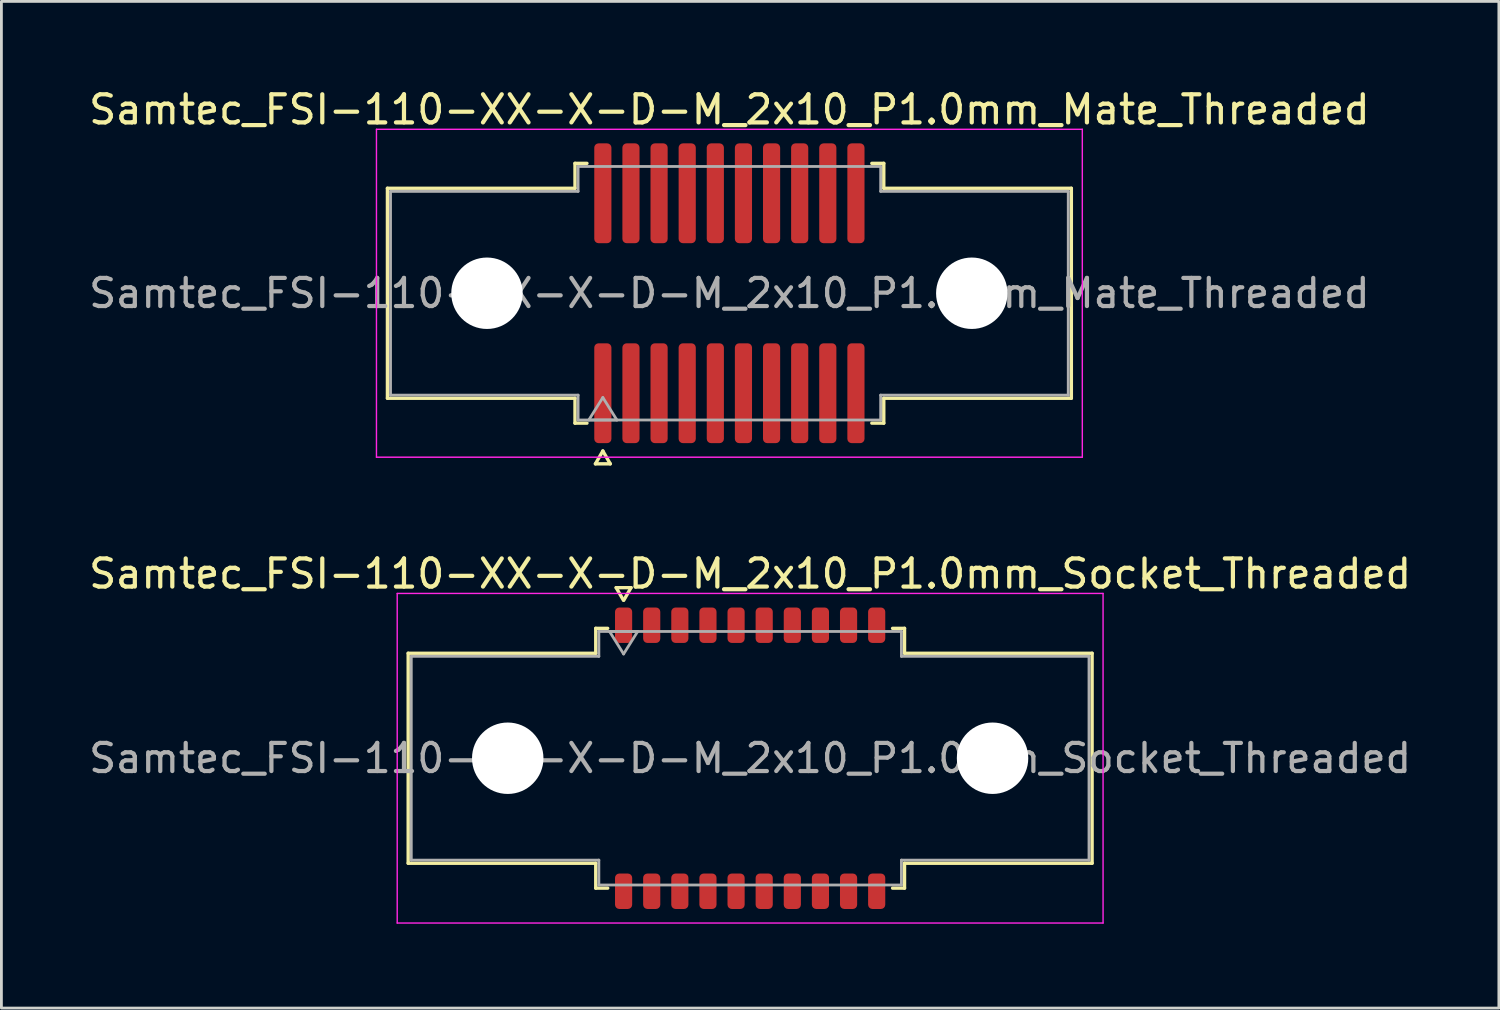
<source format=kicad_pcb>
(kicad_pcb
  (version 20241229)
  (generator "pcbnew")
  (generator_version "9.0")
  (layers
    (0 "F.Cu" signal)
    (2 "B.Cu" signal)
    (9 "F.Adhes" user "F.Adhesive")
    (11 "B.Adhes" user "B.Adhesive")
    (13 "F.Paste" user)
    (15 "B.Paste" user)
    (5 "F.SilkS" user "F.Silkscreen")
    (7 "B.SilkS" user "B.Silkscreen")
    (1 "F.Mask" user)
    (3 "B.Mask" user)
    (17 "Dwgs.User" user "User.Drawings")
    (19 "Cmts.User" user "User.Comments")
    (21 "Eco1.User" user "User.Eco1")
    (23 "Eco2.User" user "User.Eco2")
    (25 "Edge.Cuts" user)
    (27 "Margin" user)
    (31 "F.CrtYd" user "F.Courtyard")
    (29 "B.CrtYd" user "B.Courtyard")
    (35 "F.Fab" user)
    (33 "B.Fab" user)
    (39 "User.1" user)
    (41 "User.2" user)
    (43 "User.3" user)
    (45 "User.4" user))
  (footprint "Samtec_FSI-110-XX-X-D-M_2x10_P1.0mm_Mate_Threaded"
    (layer "F.Cu")
    (at 22.887 7.378)
    (property "Reference" "Samtec_FSI-110-XX-X-D-M_2x10_P1.0mm_Mate_Threaded" (at 0 -6.53 0) (layer "F.SilkS") (effects (font (size 1 1) (thickness 0.15))))
    (attr smd exclude_from_pos_files exclude_from_bom)
    (fp_line (start -12.16 -3.733) (end -5.49 -3.733) (stroke (width 0.12) (type solid)) (layer "F.SilkS"))
    (fp_line (start -12.16 3.733) (end -12.16 -3.733) (stroke (width 0.12) (type solid)) (layer "F.SilkS"))
    (fp_line (start -5.49 -4.619) (end -5.065 -4.619) (stroke (width 0.12) (type solid)) (layer "F.SilkS"))
    (fp_line (start -5.49 -3.733) (end -5.49 -4.619) (stroke (width 0.12) (type solid)) (layer "F.SilkS"))
    (fp_line (start -5.49 3.733) (end -12.16 3.733) (stroke (width 0.12) (type solid)) (layer "F.SilkS"))
    (fp_line (start -5.49 4.619) (end -5.49 3.733) (stroke (width 0.12) (type solid)) (layer "F.SilkS"))
    (fp_line (start -5.065 4.619) (end -5.49 4.619) (stroke (width 0.12) (type solid)) (layer "F.SilkS"))
    (fp_line (start -4.764 6.066) (end -4.5 5.609) (stroke (width 0.12) (type solid)) (layer "F.SilkS"))
    (fp_line (start -4.5 5.609) (end -4.236 6.066) (stroke (width 0.12) (type solid)) (layer "F.SilkS"))
    (fp_line (start -4.236 6.066) (end -4.764 6.066) (stroke (width 0.12) (type solid)) (layer "F.SilkS"))
    (fp_line (start 5.065 -4.619) (end 5.49 -4.619) (stroke (width 0.12) (type solid)) (layer "F.SilkS"))
    (fp_line (start 5.49 -4.619) (end 5.49 -3.733) (stroke (width 0.12) (type solid)) (layer "F.SilkS"))
    (fp_line (start 5.49 -3.733) (end 12.16 -3.733) (stroke (width 0.12) (type solid)) (layer "F.SilkS"))
    (fp_line (start 5.49 3.733) (end 5.49 4.619) (stroke (width 0.12) (type solid)) (layer "F.SilkS"))
    (fp_line (start 5.49 4.619) (end 5.065 4.619) (stroke (width 0.12) (type solid)) (layer "F.SilkS"))
    (fp_line (start 12.16 -3.733) (end 12.16 3.733) (stroke (width 0.12) (type solid)) (layer "F.SilkS"))
    (fp_line (start 12.16 3.733) (end 5.49 3.733) (stroke (width 0.12) (type solid)) (layer "F.SilkS"))
    (fp_line (start -12.55 -5.83) (end -12.55 5.83) (stroke (width 0.05) (type solid)) (layer "F.CrtYd"))
    (fp_line (start -12.55 5.83) (end 12.55 5.83) (stroke (width 0.05) (type solid)) (layer "F.CrtYd"))
    (fp_line (start 12.55 -5.83) (end -12.55 -5.83) (stroke (width 0.05) (type solid)) (layer "F.CrtYd"))
    (fp_line (start 12.55 5.83) (end 12.55 -5.83) (stroke (width 0.05) (type solid)) (layer "F.CrtYd"))
    (fp_line (start -12.05 -3.623) (end -5.38 -3.623) (stroke (width 0.1) (type solid)) (layer "F.Fab"))
    (fp_line (start -12.05 3.623) (end -12.05 -3.623) (stroke (width 0.1) (type solid)) (layer "F.Fab"))
    (fp_line (start -5.38 -4.508) (end 5.38 -4.508) (stroke (width 0.1) (type solid)) (layer "F.Fab"))
    (fp_line (start -5.38 -3.623) (end -5.38 -4.508) (stroke (width 0.1) (type solid)) (layer "F.Fab"))
    (fp_line (start -5.38 3.623) (end -12.05 3.623) (stroke (width 0.1) (type solid)) (layer "F.Fab"))
    (fp_line (start -5.38 4.508) (end -5.38 3.623) (stroke (width 0.1) (type solid)) (layer "F.Fab"))
    (fp_line (start -5 4.508) (end -4.5 3.708) (stroke (width 0.1) (type solid)) (layer "F.Fab"))
    (fp_line (start -4.5 3.708) (end -4 4.508) (stroke (width 0.1) (type solid)) (layer "F.Fab"))
    (fp_line (start -4 4.508) (end -5 4.508) (stroke (width 0.1) (type solid)) (layer "F.Fab"))
    (fp_line (start 5.38 -4.508) (end 5.38 -3.623) (stroke (width 0.1) (type solid)) (layer "F.Fab"))
    (fp_line (start 5.38 -3.623) (end 12.05 -3.623) (stroke (width 0.1) (type solid)) (layer "F.Fab"))
    (fp_line (start 5.38 3.623) (end 5.38 4.508) (stroke (width 0.1) (type solid)) (layer "F.Fab"))
    (fp_line (start 5.38 4.508) (end -5.38 4.508) (stroke (width 0.1) (type solid)) (layer "F.Fab"))
    (fp_line (start 12.05 -3.623) (end 12.05 3.623) (stroke (width 0.1) (type solid)) (layer "F.Fab"))
    (fp_line (start 12.05 3.623) (end 5.38 3.623) (stroke (width 0.1) (type solid)) (layer "F.Fab"))
    (fp_text user "${REFERENCE}" (at 0 0 0) (layer "F.Fab") (effects (font (size 1 1) (thickness 0.15))))
    (pad "" np_thru_hole circle (at -8.62 0) (size 2.54 2.54) (drill 2.54) (layers "*.Cu" "*.Mask"))
    (pad "" np_thru_hole circle (at 8.62 0) (size 2.54 2.54) (drill 2.54) (layers "*.Cu" "*.Mask"))
    (pad "1" smd roundrect (at -4.5 3.555) (size 0.61 3.55) (layers "F.Cu" "F.Mask") (roundrect_rratio 0.25))
    (pad "2" smd roundrect (at -4.5 -3.555) (size 0.61 3.55) (layers "F.Cu" "F.Mask") (roundrect_rratio 0.25))
    (pad "3" smd roundrect (at -3.5 3.555) (size 0.61 3.55) (layers "F.Cu" "F.Mask") (roundrect_rratio 0.25))
    (pad "4" smd roundrect (at -3.5 -3.555) (size 0.61 3.55) (layers "F.Cu" "F.Mask") (roundrect_rratio 0.25))
    (pad "5" smd roundrect (at -2.5 3.555) (size 0.61 3.55) (layers "F.Cu" "F.Mask") (roundrect_rratio 0.25))
    (pad "6" smd roundrect (at -2.5 -3.555) (size 0.61 3.55) (layers "F.Cu" "F.Mask") (roundrect_rratio 0.25))
    (pad "7" smd roundrect (at -1.5 3.555) (size 0.61 3.55) (layers "F.Cu" "F.Mask") (roundrect_rratio 0.25))
    (pad "8" smd roundrect (at -1.5 -3.555) (size 0.61 3.55) (layers "F.Cu" "F.Mask") (roundrect_rratio 0.25))
    (pad "9" smd roundrect (at -0.5 3.555) (size 0.61 3.55) (layers "F.Cu" "F.Mask") (roundrect_rratio 0.25))
    (pad "10" smd roundrect (at -0.5 -3.555) (size 0.61 3.55) (layers "F.Cu" "F.Mask") (roundrect_rratio 0.25))
    (pad "11" smd roundrect (at 0.5 3.555) (size 0.61 3.55) (layers "F.Cu" "F.Mask") (roundrect_rratio 0.25))
    (pad "12" smd roundrect (at 0.5 -3.555) (size 0.61 3.55) (layers "F.Cu" "F.Mask") (roundrect_rratio 0.25))
    (pad "13" smd roundrect (at 1.5 3.555) (size 0.61 3.55) (layers "F.Cu" "F.Mask") (roundrect_rratio 0.25))
    (pad "14" smd roundrect (at 1.5 -3.555) (size 0.61 3.55) (layers "F.Cu" "F.Mask") (roundrect_rratio 0.25))
    (pad "15" smd roundrect (at 2.5 3.555) (size 0.61 3.55) (layers "F.Cu" "F.Mask") (roundrect_rratio 0.25))
    (pad "16" smd roundrect (at 2.5 -3.555) (size 0.61 3.55) (layers "F.Cu" "F.Mask") (roundrect_rratio 0.25))
    (pad "17" smd roundrect (at 3.5 3.555) (size 0.61 3.55) (layers "F.Cu" "F.Mask") (roundrect_rratio 0.25))
    (pad "18" smd roundrect (at 3.5 -3.555) (size 0.61 3.55) (layers "F.Cu" "F.Mask") (roundrect_rratio 0.25))
    (pad "19" smd roundrect (at 4.5 3.555) (size 0.61 3.55) (layers "F.Cu" "F.Mask") (roundrect_rratio 0.25))
    (pad "20" smd roundrect (at 4.5 -3.555) (size 0.61 3.55) (layers "F.Cu" "F.Mask") (roundrect_rratio 0.25)))
  (footprint "Samtec_FSI-110-XX-X-D-M_2x10_P1.0mm_Socket_Threaded"
    (layer "F.Cu")
    (at 23.625 23.913)
    (property "Reference" "Samtec_FSI-110-XX-X-D-M_2x10_P1.0mm_Socket_Threaded" (at 0 -6.56 0) (layer "F.SilkS") (effects (font (size 1 1) (thickness 0.15))))
    (attr smd)
    (fp_line (start -12.16 -3.733) (end -5.49 -3.733) (stroke (width 0.12) (type solid)) (layer "F.SilkS"))
    (fp_line (start -12.16 3.733) (end -12.16 -3.733) (stroke (width 0.12) (type solid)) (layer "F.SilkS"))
    (fp_line (start -5.49 -4.619) (end -5.065 -4.619) (stroke (width 0.12) (type solid)) (layer "F.SilkS"))
    (fp_line (start -5.49 -3.733) (end -5.49 -4.619) (stroke (width 0.12) (type solid)) (layer "F.SilkS"))
    (fp_line (start -5.49 3.733) (end -12.16 3.733) (stroke (width 0.12) (type solid)) (layer "F.SilkS"))
    (fp_line (start -5.49 4.619) (end -5.49 3.733) (stroke (width 0.12) (type solid)) (layer "F.SilkS"))
    (fp_line (start -5.065 4.619) (end -5.49 4.619) (stroke (width 0.12) (type solid)) (layer "F.SilkS"))
    (fp_line (start -4.764 -6.066) (end -4.507 -5.62) (stroke (width 0.12) (type solid)) (layer "F.SilkS"))
    (fp_line (start -4.493 -5.62) (end -4.236 -6.066) (stroke (width 0.12) (type solid)) (layer "F.SilkS"))
    (fp_line (start -4.236 -6.066) (end -4.764 -6.066) (stroke (width 0.12) (type solid)) (layer "F.SilkS"))
    (fp_line (start 5.065 -4.619) (end 5.49 -4.619) (stroke (width 0.12) (type solid)) (layer "F.SilkS"))
    (fp_line (start 5.49 -4.619) (end 5.49 -3.733) (stroke (width 0.12) (type solid)) (layer "F.SilkS"))
    (fp_line (start 5.49 -3.733) (end 12.16 -3.733) (stroke (width 0.12) (type solid)) (layer "F.SilkS"))
    (fp_line (start 5.49 3.733) (end 5.49 4.619) (stroke (width 0.12) (type solid)) (layer "F.SilkS"))
    (fp_line (start 5.49 4.619) (end 5.065 4.619) (stroke (width 0.12) (type solid)) (layer "F.SilkS"))
    (fp_line (start 12.16 -3.733) (end 12.16 3.733) (stroke (width 0.12) (type solid)) (layer "F.SilkS"))
    (fp_line (start 12.16 3.733) (end 5.49 3.733) (stroke (width 0.12) (type solid)) (layer "F.SilkS"))
    (fp_line (start -12.55 -5.86) (end -12.55 5.86) (stroke (width 0.05) (type solid)) (layer "F.CrtYd"))
    (fp_line (start -12.55 5.86) (end 12.55 5.86) (stroke (width 0.05) (type solid)) (layer "F.CrtYd"))
    (fp_line (start 12.55 -5.86) (end -12.55 -5.86) (stroke (width 0.05) (type solid)) (layer "F.CrtYd"))
    (fp_line (start 12.55 5.86) (end 12.55 -5.86) (stroke (width 0.05) (type solid)) (layer "F.CrtYd"))
    (fp_line (start -12.05 -3.623) (end -5.38 -3.623) (stroke (width 0.1) (type solid)) (layer "F.Fab"))
    (fp_line (start -12.05 3.623) (end -12.05 -3.623) (stroke (width 0.1) (type solid)) (layer "F.Fab"))
    (fp_line (start -5.38 -4.508) (end 5.38 -4.508) (stroke (width 0.1) (type solid)) (layer "F.Fab"))
    (fp_line (start -5.38 -3.623) (end -5.38 -4.508) (stroke (width 0.1) (type solid)) (layer "F.Fab"))
    (fp_line (start -5.38 3.623) (end -12.05 3.623) (stroke (width 0.1) (type solid)) (layer "F.Fab"))
    (fp_line (start -5.38 4.508) (end -5.38 3.623) (stroke (width 0.1) (type solid)) (layer "F.Fab"))
    (fp_line (start -5 -4.508) (end -4.5 -3.708) (stroke (width 0.1) (type solid)) (layer "F.Fab"))
    (fp_line (start -4.5 -3.708) (end -4 -4.508) (stroke (width 0.1) (type solid)) (layer "F.Fab"))
    (fp_line (start -4 -4.508) (end -5 -4.508) (stroke (width 0.1) (type solid)) (layer "F.Fab"))
    (fp_line (start 5.38 -4.508) (end 5.38 -3.623) (stroke (width 0.1) (type solid)) (layer "F.Fab"))
    (fp_line (start 5.38 -3.623) (end 12.05 -3.623) (stroke (width 0.1) (type solid)) (layer "F.Fab"))
    (fp_line (start 5.38 3.623) (end 5.38 4.508) (stroke (width 0.1) (type solid)) (layer "F.Fab"))
    (fp_line (start 5.38 4.508) (end -5.38 4.508) (stroke (width 0.1) (type solid)) (layer "F.Fab"))
    (fp_line (start 12.05 -3.623) (end 12.05 3.623) (stroke (width 0.1) (type solid)) (layer "F.Fab"))
    (fp_line (start 12.05 3.623) (end 5.38 3.623) (stroke (width 0.1) (type solid)) (layer "F.Fab"))
    (fp_text user "${REFERENCE}" (at 0 0 0) (layer "F.Fab") (effects (font (size 1 1) (thickness 0.15))))
    (pad "" np_thru_hole circle (at -8.62 0) (size 2.54 2.54) (drill 2.54) (layers "*.Cu" "*.Mask"))
    (pad "" np_thru_hole circle (at 8.62 0) (size 2.54 2.54) (drill 2.54) (layers "*.Cu" "*.Mask"))
    (pad "1" smd roundrect (at -4.5 -4.73) (size 0.61 1.26) (layers "F.Cu" "F.Mask" "F.Paste") (roundrect_rratio 0.25))
    (pad "2" smd roundrect (at -4.5 4.73) (size 0.61 1.26) (layers "F.Cu" "F.Mask" "F.Paste") (roundrect_rratio 0.25))
    (pad "3" smd roundrect (at -3.5 -4.73) (size 0.61 1.26) (layers "F.Cu" "F.Mask" "F.Paste") (roundrect_rratio 0.25))
    (pad "4" smd roundrect (at -3.5 4.73) (size 0.61 1.26) (layers "F.Cu" "F.Mask" "F.Paste") (roundrect_rratio 0.25))
    (pad "5" smd roundrect (at -2.5 -4.73) (size 0.61 1.26) (layers "F.Cu" "F.Mask" "F.Paste") (roundrect_rratio 0.25))
    (pad "6" smd roundrect (at -2.5 4.73) (size 0.61 1.26) (layers "F.Cu" "F.Mask" "F.Paste") (roundrect_rratio 0.25))
    (pad "7" smd roundrect (at -1.5 -4.73) (size 0.61 1.26) (layers "F.Cu" "F.Mask" "F.Paste") (roundrect_rratio 0.25))
    (pad "8" smd roundrect (at -1.5 4.73) (size 0.61 1.26) (layers "F.Cu" "F.Mask" "F.Paste") (roundrect_rratio 0.25))
    (pad "9" smd roundrect (at -0.5 -4.73) (size 0.61 1.26) (layers "F.Cu" "F.Mask" "F.Paste") (roundrect_rratio 0.25))
    (pad "10" smd roundrect (at -0.5 4.73) (size 0.61 1.26) (layers "F.Cu" "F.Mask" "F.Paste") (roundrect_rratio 0.25))
    (pad "11" smd roundrect (at 0.5 -4.73) (size 0.61 1.26) (layers "F.Cu" "F.Mask" "F.Paste") (roundrect_rratio 0.25))
    (pad "12" smd roundrect (at 0.5 4.73) (size 0.61 1.26) (layers "F.Cu" "F.Mask" "F.Paste") (roundrect_rratio 0.25))
    (pad "13" smd roundrect (at 1.5 -4.73) (size 0.61 1.26) (layers "F.Cu" "F.Mask" "F.Paste") (roundrect_rratio 0.25))
    (pad "14" smd roundrect (at 1.5 4.73) (size 0.61 1.26) (layers "F.Cu" "F.Mask" "F.Paste") (roundrect_rratio 0.25))
    (pad "15" smd roundrect (at 2.5 -4.73) (size 0.61 1.26) (layers "F.Cu" "F.Mask" "F.Paste") (roundrect_rratio 0.25))
    (pad "16" smd roundrect (at 2.5 4.73) (size 0.61 1.26) (layers "F.Cu" "F.Mask" "F.Paste") (roundrect_rratio 0.25))
    (pad "17" smd roundrect (at 3.5 -4.73) (size 0.61 1.26) (layers "F.Cu" "F.Mask" "F.Paste") (roundrect_rratio 0.25))
    (pad "18" smd roundrect (at 3.5 4.73) (size 0.61 1.26) (layers "F.Cu" "F.Mask" "F.Paste") (roundrect_rratio 0.25))
    (pad "19" smd roundrect (at 4.5 -4.73) (size 0.61 1.26) (layers "F.Cu" "F.Mask" "F.Paste") (roundrect_rratio 0.25))
    (pad "20" smd roundrect (at 4.5 4.73) (size 0.61 1.26) (layers "F.Cu" "F.Mask" "F.Paste") (roundrect_rratio 0.25)))
  (gr_rect
    (start -3 -3)
    (end 50.25 32.797)
    (stroke (width 0.1) (type default))
    (fill no)
    (layer "Edge.Cuts")))
</source>
